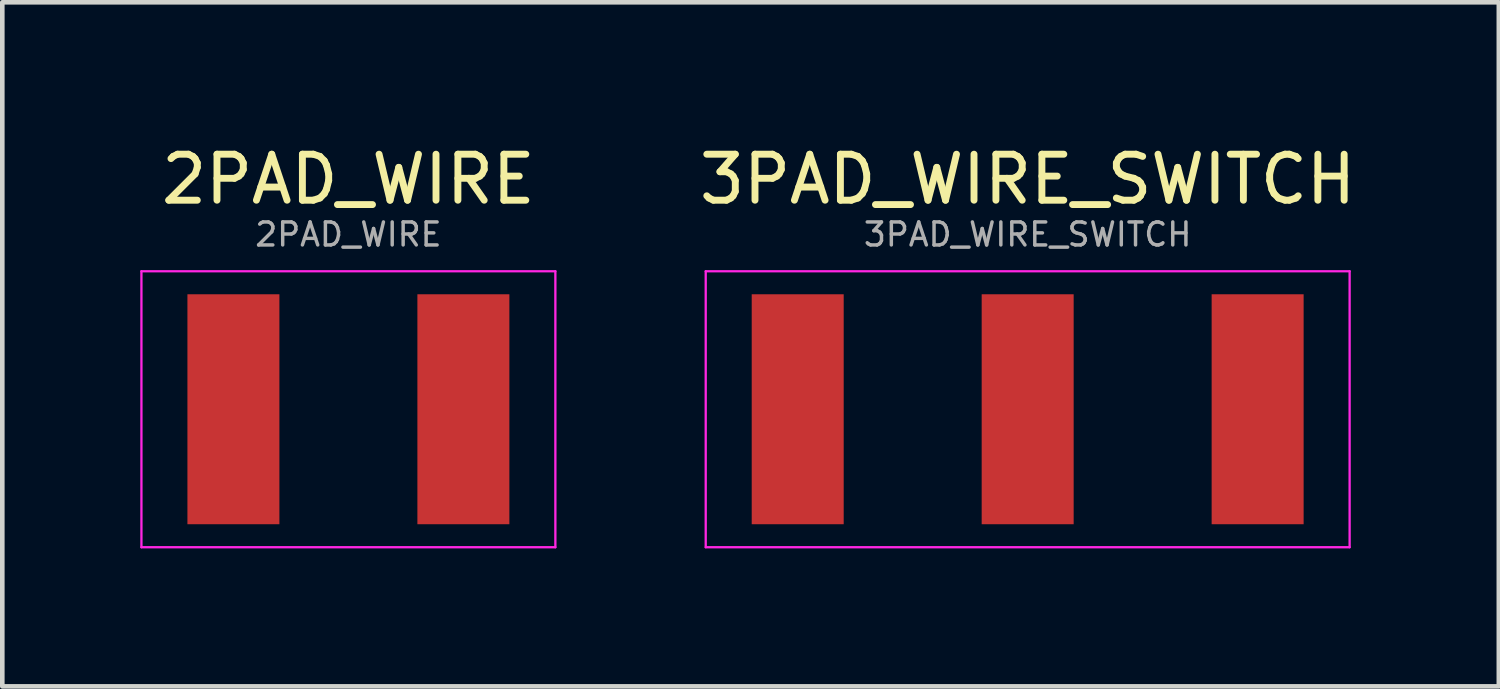
<source format=kicad_pcb>
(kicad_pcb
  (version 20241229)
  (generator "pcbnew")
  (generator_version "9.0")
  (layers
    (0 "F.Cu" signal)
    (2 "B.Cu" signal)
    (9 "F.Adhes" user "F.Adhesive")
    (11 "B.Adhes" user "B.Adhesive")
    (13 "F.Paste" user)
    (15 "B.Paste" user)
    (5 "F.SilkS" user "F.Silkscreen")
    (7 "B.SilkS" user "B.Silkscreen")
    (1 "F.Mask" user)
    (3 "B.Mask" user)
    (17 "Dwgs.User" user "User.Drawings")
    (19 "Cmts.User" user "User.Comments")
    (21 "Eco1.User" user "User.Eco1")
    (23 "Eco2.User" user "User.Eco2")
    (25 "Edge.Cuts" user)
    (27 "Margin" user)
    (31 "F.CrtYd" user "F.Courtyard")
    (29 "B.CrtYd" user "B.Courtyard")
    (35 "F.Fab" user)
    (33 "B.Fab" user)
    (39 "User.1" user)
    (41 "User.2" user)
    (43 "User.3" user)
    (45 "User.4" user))
  (footprint "2PAD_WIRE"
    (layer "F.Cu")
    (at 4.525 5.848)
    (property "Reference" "2PAD_WIRE" (at 0 -5 0) (layer "F.SilkS") (effects (font (size 1 1) (thickness 0.15))))
    (attr smd)
    (fp_line (start -4.5 -3) (end 4.5 -3) (stroke (width 0.05) (type solid)) (layer "F.CrtYd"))
    (fp_line (start -4.5 3) (end -4.5 -3) (stroke (width 0.05) (type solid)) (layer "F.CrtYd"))
    (fp_line (start 4.5 -3) (end 4.5 3) (stroke (width 0.05) (type solid)) (layer "F.CrtYd"))
    (fp_line (start 4.5 3) (end -4.5 3) (stroke (width 0.05) (type solid)) (layer "F.CrtYd"))
    (fp_text user "${REFERENCE}" (at 0 -3.8 0) (layer "F.Fab") (effects (font (size 0.5 0.5) (thickness 0.075))))
    (pad "1" smd rect (at -2.5 0) (size 2 5) (layers "F.Cu" "F.Mask" "F.Paste"))
    (pad "2" smd rect (at 2.5 0) (size 2 5) (layers "F.Cu" "F.Mask" "F.Paste")))
  (footprint "3PAD_WIRE_SWITCH"
    (layer "F.Cu")
    (at 19.294 5.848)
    (property "Reference" "3PAD_WIRE_SWITCH" (at 0 -5 0) (layer "F.SilkS") (effects (font (size 1 1) (thickness 0.15))))
    (attr smd)
    (fp_line (start -7 -3) (end 7 -3) (stroke (width 0.05) (type solid)) (layer "F.CrtYd"))
    (fp_line (start -7 3) (end -7 -3) (stroke (width 0.05) (type solid)) (layer "F.CrtYd"))
    (fp_line (start 7 -3) (end 7 3) (stroke (width 0.05) (type solid)) (layer "F.CrtYd"))
    (fp_line (start 7 3) (end -7 3) (stroke (width 0.05) (type solid)) (layer "F.CrtYd"))
    (fp_text user "${REFERENCE}" (at 0 -3.8 0) (layer "F.Fab") (effects (font (size 0.5 0.5) (thickness 0.075))))
    (pad "1" smd rect (at -5 0) (size 2 5) (layers "F.Cu" "F.Mask" "F.Paste"))
    (pad "2" smd rect (at 0 0) (size 2 5) (layers "F.Cu" "F.Mask" "F.Paste"))
    (pad "3" smd rect (at 5 0) (size 2 5) (layers "F.Cu" "F.Mask" "F.Paste")))
  (gr_rect
    (start -3 -3)
    (end 29.538 11.873)
    (stroke (width 0.1) (type default))
    (fill no)
    (layer "Edge.Cuts")))
</source>
